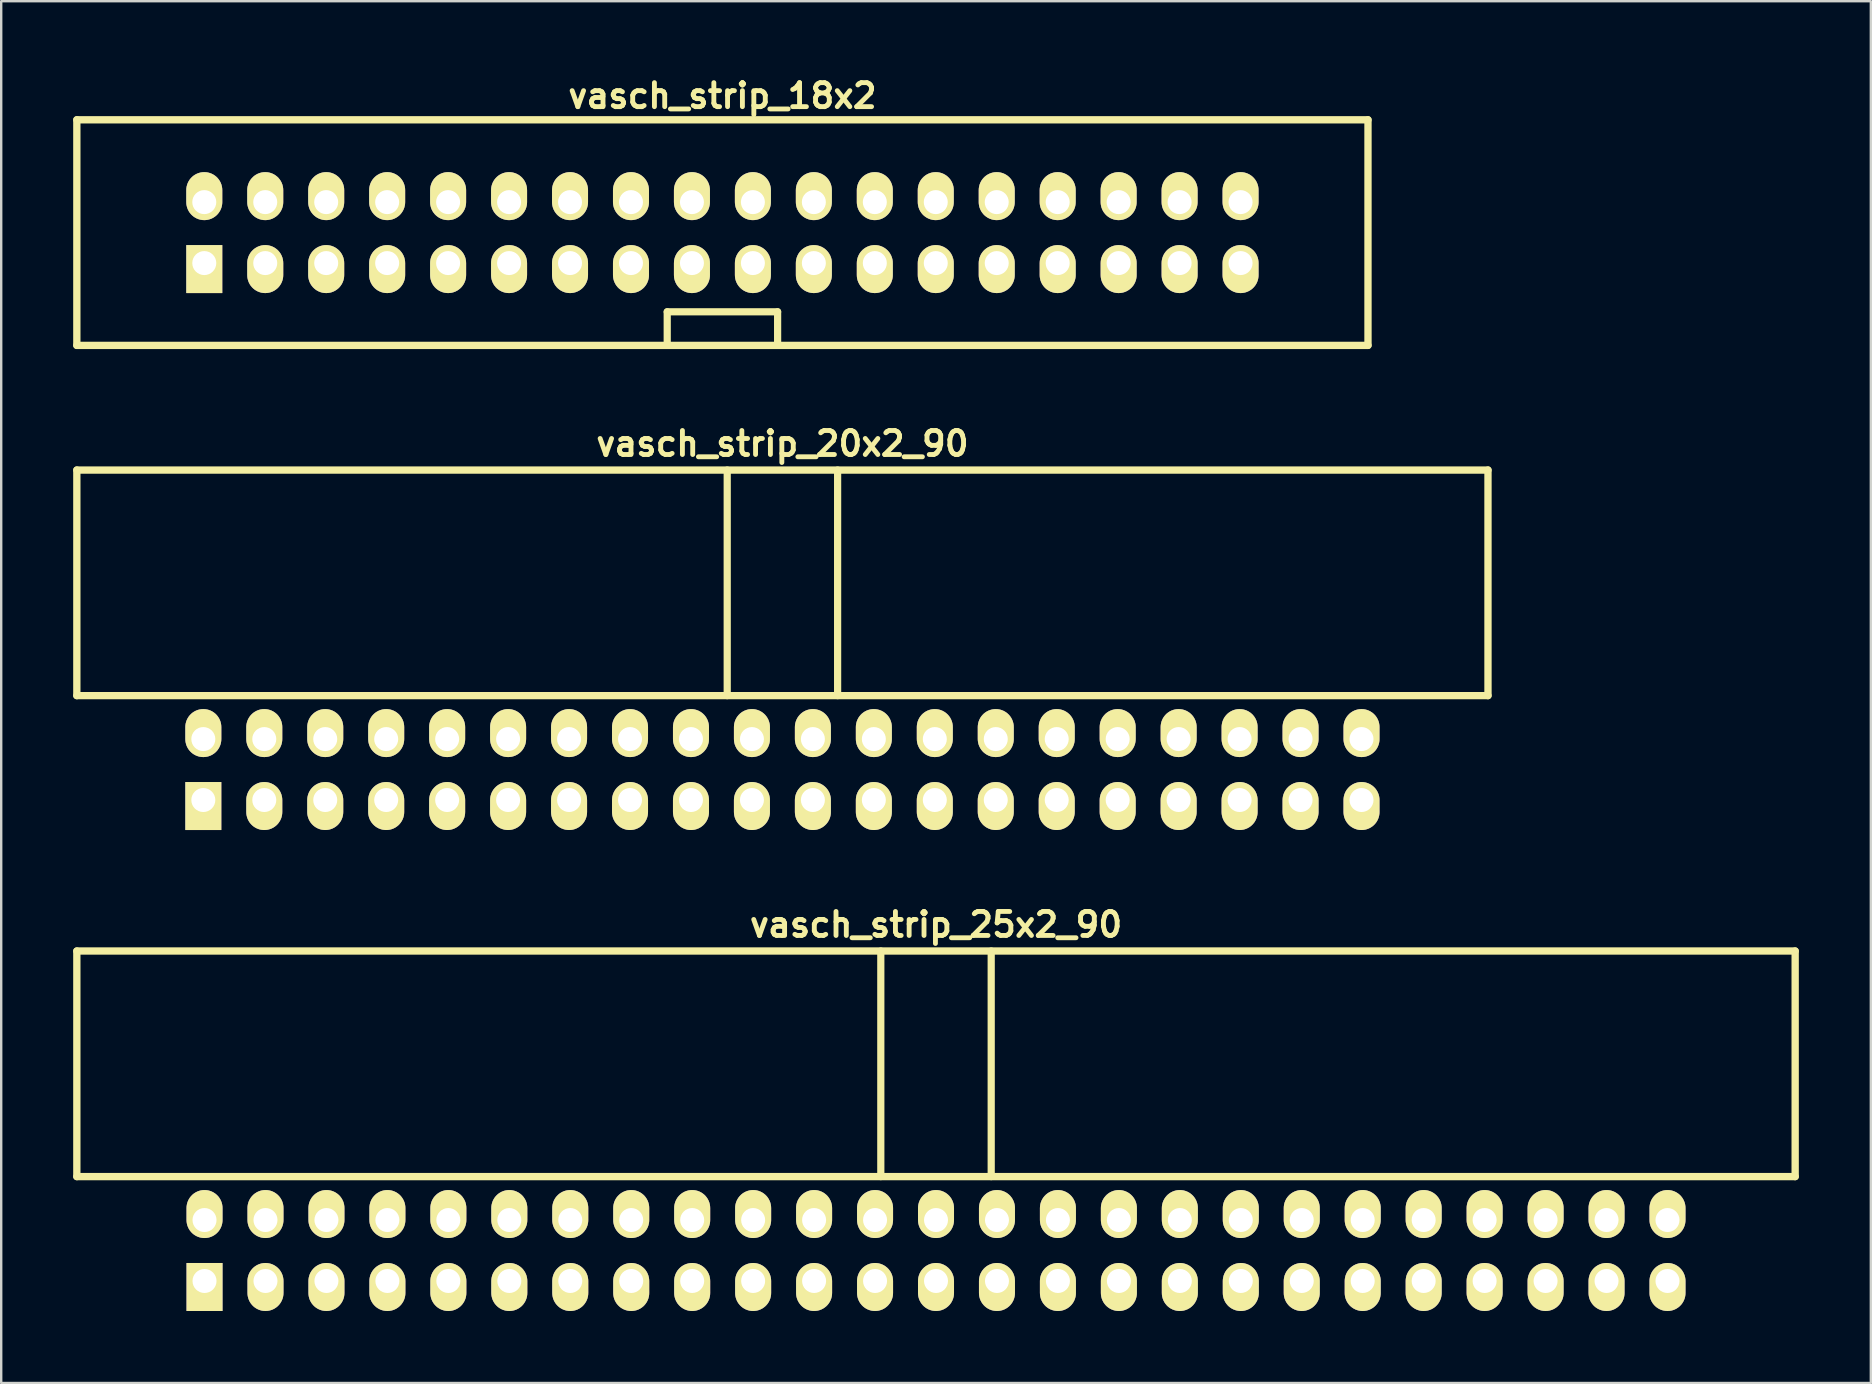
<source format=kicad_pcb>
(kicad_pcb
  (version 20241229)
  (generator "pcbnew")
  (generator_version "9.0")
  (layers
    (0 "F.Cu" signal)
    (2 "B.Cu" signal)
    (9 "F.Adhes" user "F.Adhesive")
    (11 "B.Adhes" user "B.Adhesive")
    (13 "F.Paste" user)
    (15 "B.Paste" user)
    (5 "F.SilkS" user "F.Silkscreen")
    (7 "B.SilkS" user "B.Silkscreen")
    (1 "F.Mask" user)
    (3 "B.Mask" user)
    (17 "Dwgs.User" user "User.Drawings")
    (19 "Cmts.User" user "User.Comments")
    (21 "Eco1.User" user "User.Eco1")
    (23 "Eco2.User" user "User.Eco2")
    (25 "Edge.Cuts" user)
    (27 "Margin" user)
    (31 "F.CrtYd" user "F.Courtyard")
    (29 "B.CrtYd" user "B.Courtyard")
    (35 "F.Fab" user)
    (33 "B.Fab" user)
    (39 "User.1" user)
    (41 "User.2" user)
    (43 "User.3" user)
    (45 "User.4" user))
  (footprint "vasch_strip_25x2_90"
    (layer "F.Cu")
    (at 35.952 43.977)
    (property "Reference" "vasch_strip_25x2_90" (at 0 -8.5 0) (layer "F.SilkS") (effects (font (size 1 1) (thickness 0.203))))
    (attr through_hole)
    (fp_line (start -35.8 -7.4) (end -35.8 2) (stroke (width 0.305) (type solid)) (layer "F.SilkS"))
    (fp_line (start -35.8 2) (end 35.8 2) (stroke (width 0.305) (type solid)) (layer "F.SilkS"))
    (fp_line (start -2.3 -7.4) (end -2.3 2) (stroke (width 0.3) (type solid)) (layer "F.SilkS"))
    (fp_line (start 2.3 -7.4) (end 2.3 2) (stroke (width 0.3) (type solid)) (layer "F.SilkS"))
    (fp_line (start 35.8 -7.4) (end -35.8 -7.4) (stroke (width 0.305) (type solid)) (layer "F.SilkS"))
    (fp_line (start 35.8 -7.4) (end 35.8 2) (stroke (width 0.305) (type solid)) (layer "F.SilkS"))
    (pad "1" thru_hole rect (at -30.48 6.35) (size 1.5 2) (drill 1 (offset 0 0.25)) (layers "*.Cu" "*.Mask" "F.SilkS"))
    (pad "2" thru_hole oval (at -30.48 3.81) (size 1.5 2) (drill 1 (offset 0 -0.25)) (layers "*.Cu" "*.Mask" "F.SilkS"))
    (pad "3" thru_hole oval (at -27.94 6.35) (size 1.5 2) (drill 1 (offset 0 0.25)) (layers "*.Cu" "*.Mask" "F.SilkS"))
    (pad "4" thru_hole oval (at -27.94 3.81) (size 1.5 2) (drill 1 (offset 0 -0.25)) (layers "*.Cu" "*.Mask" "F.SilkS"))
    (pad "5" thru_hole oval (at -25.4 6.35) (size 1.5 2) (drill 1 (offset 0 0.25)) (layers "*.Cu" "*.Mask" "F.SilkS"))
    (pad "6" thru_hole oval (at -25.4 3.81) (size 1.5 2) (drill 1 (offset 0 -0.25)) (layers "*.Cu" "*.Mask" "F.SilkS"))
    (pad "7" thru_hole oval (at -22.86 6.35) (size 1.5 2) (drill 1 (offset 0 0.25)) (layers "*.Cu" "*.Mask" "F.SilkS"))
    (pad "8" thru_hole oval (at -22.86 3.81) (size 1.5 2) (drill 1 (offset 0 -0.25)) (layers "*.Cu" "*.Mask" "F.SilkS"))
    (pad "9" thru_hole oval (at -20.32 6.35) (size 1.5 2) (drill 1 (offset 0 0.25)) (layers "*.Cu" "*.Mask" "F.SilkS"))
    (pad "10" thru_hole oval (at -20.32 3.81) (size 1.5 2) (drill 1 (offset 0 -0.25)) (layers "*.Cu" "*.Mask" "F.SilkS"))
    (pad "11" thru_hole oval (at -17.78 6.35) (size 1.5 2) (drill 1 (offset 0 0.25)) (layers "*.Cu" "*.Mask" "F.SilkS"))
    (pad "12" thru_hole oval (at -17.78 3.81) (size 1.5 2) (drill 1 (offset 0 -0.25)) (layers "*.Cu" "*.Mask" "F.SilkS"))
    (pad "13" thru_hole oval (at -15.24 6.35) (size 1.5 2) (drill 1 (offset 0 0.25)) (layers "*.Cu" "*.Mask" "F.SilkS"))
    (pad "14" thru_hole oval (at -15.24 3.81) (size 1.5 2) (drill 1 (offset 0 -0.25)) (layers "*.Cu" "*.Mask" "F.SilkS"))
    (pad "15" thru_hole oval (at -12.7 6.35) (size 1.5 2) (drill 1 (offset 0 0.25)) (layers "*.Cu" "*.Mask" "F.SilkS"))
    (pad "16" thru_hole oval (at -12.7 3.81) (size 1.5 2) (drill 1 (offset 0 -0.25)) (layers "*.Cu" "*.Mask" "F.SilkS"))
    (pad "17" thru_hole oval (at -10.16 6.35) (size 1.5 2) (drill 1 (offset 0 0.25)) (layers "*.Cu" "*.Mask" "F.SilkS"))
    (pad "18" thru_hole oval (at -10.16 3.81) (size 1.5 2) (drill 1 (offset 0 -0.25)) (layers "*.Cu" "*.Mask" "F.SilkS"))
    (pad "19" thru_hole oval (at -7.62 6.35) (size 1.5 2) (drill 1 (offset 0 0.25)) (layers "*.Cu" "*.Mask" "F.SilkS"))
    (pad "20" thru_hole oval (at -7.62 3.81) (size 1.5 2) (drill 1 (offset 0 -0.25)) (layers "*.Cu" "*.Mask" "F.SilkS"))
    (pad "21" thru_hole oval (at -5.08 6.35) (size 1.5 2) (drill 1 (offset 0 0.25)) (layers "*.Cu" "*.Mask" "F.SilkS"))
    (pad "22" thru_hole oval (at -5.08 3.81) (size 1.5 2) (drill 1 (offset 0 -0.25)) (layers "*.Cu" "*.Mask" "F.SilkS"))
    (pad "23" thru_hole oval (at -2.54 6.35) (size 1.5 2) (drill 1 (offset 0 0.25)) (layers "*.Cu" "*.Mask" "F.SilkS"))
    (pad "24" thru_hole oval (at -2.54 3.81) (size 1.5 2) (drill 1 (offset 0 -0.25)) (layers "*.Cu" "*.Mask" "F.SilkS"))
    (pad "25" thru_hole oval (at 0 6.35) (size 1.5 2) (drill 1 (offset 0 0.25)) (layers "*.Cu" "*.Mask" "F.SilkS"))
    (pad "26" thru_hole oval (at 0 3.81) (size 1.5 2) (drill 1 (offset 0 -0.25)) (layers "*.Cu" "*.Mask" "F.SilkS"))
    (pad "27" thru_hole oval (at 2.54 6.35) (size 1.5 2) (drill 1 (offset 0 0.25)) (layers "*.Cu" "*.Mask" "F.SilkS"))
    (pad "28" thru_hole oval (at 2.54 3.81) (size 1.5 2) (drill 1 (offset 0 -0.25)) (layers "*.Cu" "*.Mask" "F.SilkS"))
    (pad "29" thru_hole oval (at 5.08 6.35) (size 1.5 2) (drill 1 (offset 0 0.25)) (layers "*.Cu" "*.Mask" "F.SilkS"))
    (pad "30" thru_hole oval (at 5.08 3.81) (size 1.5 2) (drill 1 (offset 0 -0.25)) (layers "*.Cu" "*.Mask" "F.SilkS"))
    (pad "31" thru_hole oval (at 7.62 6.35) (size 1.5 2) (drill 1 (offset 0 0.25)) (layers "*.Cu" "*.Mask" "F.SilkS"))
    (pad "32" thru_hole oval (at 7.62 3.81) (size 1.5 2) (drill 1 (offset 0 -0.25)) (layers "*.Cu" "*.Mask" "F.SilkS"))
    (pad "33" thru_hole oval (at 10.16 6.35) (size 1.5 2) (drill 1 (offset 0 0.25)) (layers "*.Cu" "*.Mask" "F.SilkS"))
    (pad "34" thru_hole oval (at 10.16 3.81) (size 1.5 2) (drill 1 (offset 0 -0.25)) (layers "*.Cu" "*.Mask" "F.SilkS"))
    (pad "35" thru_hole oval (at 12.7 6.35) (size 1.5 2) (drill 1 (offset 0 0.25)) (layers "*.Cu" "*.Mask" "F.SilkS"))
    (pad "36" thru_hole oval (at 12.7 3.81) (size 1.5 2) (drill 1 (offset 0 -0.25)) (layers "*.Cu" "*.Mask" "F.SilkS"))
    (pad "37" thru_hole oval (at 15.24 6.35) (size 1.5 2) (drill 1 (offset 0 0.25)) (layers "*.Cu" "*.Mask" "F.SilkS"))
    (pad "38" thru_hole oval (at 15.24 3.81) (size 1.5 2) (drill 1 (offset 0 -0.25)) (layers "*.Cu" "*.Mask" "F.SilkS"))
    (pad "39" thru_hole oval (at 17.78 6.35) (size 1.5 2) (drill 1 (offset 0 0.25)) (layers "*.Cu" "*.Mask" "F.SilkS"))
    (pad "40" thru_hole oval (at 17.78 3.81) (size 1.5 2) (drill 1 (offset 0 -0.25)) (layers "*.Cu" "*.Mask" "F.SilkS"))
    (pad "41" thru_hole oval (at 20.32 6.35) (size 1.5 2) (drill 1 (offset 0 0.25)) (layers "*.Cu" "*.Mask" "F.SilkS"))
    (pad "42" thru_hole oval (at 20.32 3.81) (size 1.5 2) (drill 1 (offset 0 -0.25)) (layers "*.Cu" "*.Mask" "F.SilkS"))
    (pad "43" thru_hole oval (at 22.86 6.35) (size 1.5 2) (drill 1 (offset 0 0.25)) (layers "*.Cu" "*.Mask" "F.SilkS"))
    (pad "44" thru_hole oval (at 22.86 3.81) (size 1.5 2) (drill 1 (offset 0 -0.25)) (layers "*.Cu" "*.Mask" "F.SilkS"))
    (pad "45" thru_hole oval (at 25.4 6.35) (size 1.5 2) (drill 1 (offset 0 0.25)) (layers "*.Cu" "*.Mask" "F.SilkS"))
    (pad "46" thru_hole oval (at 25.4 3.81) (size 1.5 2) (drill 1 (offset 0 -0.25)) (layers "*.Cu" "*.Mask" "F.SilkS"))
    (pad "47" thru_hole oval (at 27.94 6.35) (size 1.5 2) (drill 1 (offset 0 0.25)) (layers "*.Cu" "*.Mask" "F.SilkS"))
    (pad "48" thru_hole oval (at 27.94 3.81) (size 1.5 2) (drill 1 (offset 0 -0.25)) (layers "*.Cu" "*.Mask" "F.SilkS"))
    (pad "49" thru_hole oval (at 30.48 6.35) (size 1.5 2) (drill 1 (offset 0 0.25)) (layers "*.Cu" "*.Mask" "F.SilkS"))
    (pad "50" thru_hole oval (at 30.48 3.81) (size 1.5 2) (drill 1 (offset 0 -0.25)) (layers "*.Cu" "*.Mask" "F.SilkS")))
  (footprint "vasch_strip_18x2"
    (layer "F.Cu")
    (at 27.052 6.642)
    (property "Reference" "vasch_strip_18x2" (at 0 -5.7 0) (layer "F.SilkS") (effects (font (size 1 1) (thickness 0.203))))
    (attr through_hole)
    (fp_line (start -26.9 -4.7) (end -26.9 4.7) (stroke (width 0.305) (type solid)) (layer "F.SilkS"))
    (fp_line (start -26.9 4.7) (end 26.9 4.7) (stroke (width 0.305) (type solid)) (layer "F.SilkS"))
    (fp_line (start -2.3 3.3) (end -2.3 4.7) (stroke (width 0.3) (type solid)) (layer "F.SilkS"))
    (fp_line (start 2.3 3.3) (end -2.3 3.3) (stroke (width 0.3) (type solid)) (layer "F.SilkS"))
    (fp_line (start 2.3 4.7) (end 2.3 3.3) (stroke (width 0.3) (type solid)) (layer "F.SilkS"))
    (fp_line (start 26.9 -4.7) (end -26.9 -4.7) (stroke (width 0.305) (type solid)) (layer "F.SilkS"))
    (fp_line (start 26.9 -4.7) (end 26.9 4.7) (stroke (width 0.305) (type solid)) (layer "F.SilkS"))
    (pad "1" thru_hole rect (at -21.59 1.27) (size 1.5 2) (drill 1 (offset 0 0.25)) (layers "*.Cu" "*.Mask" "F.SilkS"))
    (pad "2" thru_hole oval (at -21.59 -1.27) (size 1.5 2) (drill 1 (offset 0 -0.25)) (layers "*.Cu" "*.Mask" "F.SilkS"))
    (pad "3" thru_hole oval (at -19.05 1.27) (size 1.5 2) (drill 1 (offset 0 0.25)) (layers "*.Cu" "*.Mask" "F.SilkS"))
    (pad "4" thru_hole oval (at -19.05 -1.27) (size 1.5 2) (drill 1 (offset 0 -0.25)) (layers "*.Cu" "*.Mask" "F.SilkS"))
    (pad "5" thru_hole oval (at -16.51 1.27) (size 1.5 2) (drill 1 (offset 0 0.25)) (layers "*.Cu" "*.Mask" "F.SilkS"))
    (pad "6" thru_hole oval (at -16.51 -1.27) (size 1.5 2) (drill 1 (offset 0 -0.25)) (layers "*.Cu" "*.Mask" "F.SilkS"))
    (pad "7" thru_hole oval (at -13.97 1.27) (size 1.5 2) (drill 1 (offset 0 0.25)) (layers "*.Cu" "*.Mask" "F.SilkS"))
    (pad "8" thru_hole oval (at -13.97 -1.27) (size 1.5 2) (drill 1 (offset 0 -0.25)) (layers "*.Cu" "*.Mask" "F.SilkS"))
    (pad "9" thru_hole oval (at -11.43 1.27) (size 1.5 2) (drill 1 (offset 0 0.25)) (layers "*.Cu" "*.Mask" "F.SilkS"))
    (pad "10" thru_hole oval (at -11.43 -1.27) (size 1.5 2) (drill 1 (offset 0 -0.25)) (layers "*.Cu" "*.Mask" "F.SilkS"))
    (pad "11" thru_hole oval (at -8.89 1.27) (size 1.5 2) (drill 1 (offset 0 0.25)) (layers "*.Cu" "*.Mask" "F.SilkS"))
    (pad "12" thru_hole oval (at -8.89 -1.27) (size 1.5 2) (drill 1 (offset 0 -0.25)) (layers "*.Cu" "*.Mask" "F.SilkS"))
    (pad "13" thru_hole oval (at -6.35 1.27) (size 1.5 2) (drill 1 (offset 0 0.25)) (layers "*.Cu" "*.Mask" "F.SilkS"))
    (pad "14" thru_hole oval (at -6.35 -1.27) (size 1.5 2) (drill 1 (offset 0 -0.25)) (layers "*.Cu" "*.Mask" "F.SilkS"))
    (pad "15" thru_hole oval (at -3.81 1.27) (size 1.5 2) (drill 1 (offset 0 0.25)) (layers "*.Cu" "*.Mask" "F.SilkS"))
    (pad "16" thru_hole oval (at -3.81 -1.27) (size 1.5 2) (drill 1 (offset 0 -0.25)) (layers "*.Cu" "*.Mask" "F.SilkS"))
    (pad "17" thru_hole oval (at -1.27 1.27) (size 1.5 2) (drill 1 (offset 0 0.25)) (layers "*.Cu" "*.Mask" "F.SilkS"))
    (pad "18" thru_hole oval (at -1.27 -1.27) (size 1.5 2) (drill 1 (offset 0 -0.25)) (layers "*.Cu" "*.Mask" "F.SilkS"))
    (pad "19" thru_hole oval (at 1.27 1.27) (size 1.5 2) (drill 1 (offset 0 0.25)) (layers "*.Cu" "*.Mask" "F.SilkS"))
    (pad "20" thru_hole oval (at 1.27 -1.27) (size 1.5 2) (drill 1 (offset 0 -0.25)) (layers "*.Cu" "*.Mask" "F.SilkS"))
    (pad "21" thru_hole oval (at 3.81 1.27) (size 1.5 2) (drill 1 (offset 0 0.25)) (layers "*.Cu" "*.Mask" "F.SilkS"))
    (pad "22" thru_hole oval (at 3.81 -1.27) (size 1.5 2) (drill 1 (offset 0 -0.25)) (layers "*.Cu" "*.Mask" "F.SilkS"))
    (pad "23" thru_hole oval (at 6.35 1.27) (size 1.5 2) (drill 1 (offset 0 0.25)) (layers "*.Cu" "*.Mask" "F.SilkS"))
    (pad "24" thru_hole oval (at 6.35 -1.27) (size 1.5 2) (drill 1 (offset 0 -0.25)) (layers "*.Cu" "*.Mask" "F.SilkS"))
    (pad "25" thru_hole oval (at 8.89 1.27) (size 1.5 2) (drill 1 (offset 0 0.25)) (layers "*.Cu" "*.Mask" "F.SilkS"))
    (pad "26" thru_hole oval (at 8.89 -1.27) (size 1.5 2) (drill 1 (offset 0 -0.25)) (layers "*.Cu" "*.Mask" "F.SilkS"))
    (pad "27" thru_hole oval (at 11.43 1.27) (size 1.5 2) (drill 1 (offset 0 0.25)) (layers "*.Cu" "*.Mask" "F.SilkS"))
    (pad "28" thru_hole oval (at 11.43 -1.27) (size 1.5 2) (drill 1 (offset 0 -0.25)) (layers "*.Cu" "*.Mask" "F.SilkS"))
    (pad "29" thru_hole oval (at 13.97 1.27) (size 1.5 2) (drill 1 (offset 0 0.25)) (layers "*.Cu" "*.Mask" "F.SilkS"))
    (pad "30" thru_hole oval (at 13.97 -1.27) (size 1.5 2) (drill 1 (offset 0 -0.25)) (layers "*.Cu" "*.Mask" "F.SilkS"))
    (pad "31" thru_hole oval (at 16.51 1.27) (size 1.5 2) (drill 1 (offset 0 0.25)) (layers "*.Cu" "*.Mask" "F.SilkS"))
    (pad "32" thru_hole oval (at 16.51 -1.27) (size 1.5 2) (drill 1 (offset 0 -0.25)) (layers "*.Cu" "*.Mask" "F.SilkS"))
    (pad "33" thru_hole oval (at 19.05 1.27) (size 1.5 2) (drill 1 (offset 0 0.25)) (layers "*.Cu" "*.Mask" "F.SilkS"))
    (pad "34" thru_hole oval (at 19.05 -1.27) (size 1.5 2) (drill 1 (offset 0 -0.25)) (layers "*.Cu" "*.Mask" "F.SilkS"))
    (pad "35" thru_hole oval (at 21.59 1.27) (size 1.5 2) (drill 1 (offset 0 0.25)) (layers "*.Cu" "*.Mask" "F.SilkS"))
    (pad "36" thru_hole oval (at 21.59 -1.27) (size 1.5 2) (drill 1 (offset 0 -0.25)) (layers "*.Cu" "*.Mask" "F.SilkS")))
  (footprint "vasch_strip_20x2_90"
    (layer "F.Cu")
    (at 29.552 23.936)
    (property "Reference" "vasch_strip_20x2_90" (at 0 -8.5 0) (layer "F.SilkS") (effects (font (size 1 1) (thickness 0.203))))
    (attr through_hole)
    (fp_line (start -29.4 -7.4) (end -29.4 2) (stroke (width 0.305) (type solid)) (layer "F.SilkS"))
    (fp_line (start -29.4 2) (end 29.4 2) (stroke (width 0.305) (type solid)) (layer "F.SilkS"))
    (fp_line (start -2.3 -7.4) (end -2.3 2) (stroke (width 0.3) (type solid)) (layer "F.SilkS"))
    (fp_line (start 2.3 -7.4) (end 2.3 2) (stroke (width 0.3) (type solid)) (layer "F.SilkS"))
    (fp_line (start 29.4 -7.4) (end -29.4 -7.4) (stroke (width 0.305) (type solid)) (layer "F.SilkS"))
    (fp_line (start 29.4 -7.4) (end 29.4 2) (stroke (width 0.305) (type solid)) (layer "F.SilkS"))
    (pad "1" thru_hole rect (at -24.13 6.35) (size 1.5 2) (drill 1 (offset 0 0.25)) (layers "*.Cu" "*.Mask" "F.SilkS"))
    (pad "2" thru_hole oval (at -24.13 3.81) (size 1.5 2) (drill 1 (offset 0 -0.25)) (layers "*.Cu" "*.Mask" "F.SilkS"))
    (pad "3" thru_hole oval (at -21.59 6.35) (size 1.5 2) (drill 1 (offset 0 0.25)) (layers "*.Cu" "*.Mask" "F.SilkS"))
    (pad "4" thru_hole oval (at -21.59 3.81) (size 1.5 2) (drill 1 (offset 0 -0.25)) (layers "*.Cu" "*.Mask" "F.SilkS"))
    (pad "5" thru_hole oval (at -19.05 6.35) (size 1.5 2) (drill 1 (offset 0 0.25)) (layers "*.Cu" "*.Mask" "F.SilkS"))
    (pad "6" thru_hole oval (at -19.05 3.81) (size 1.5 2) (drill 1 (offset 0 -0.25)) (layers "*.Cu" "*.Mask" "F.SilkS"))
    (pad "7" thru_hole oval (at -16.51 6.35) (size 1.5 2) (drill 1 (offset 0 0.25)) (layers "*.Cu" "*.Mask" "F.SilkS"))
    (pad "8" thru_hole oval (at -16.51 3.81) (size 1.5 2) (drill 1 (offset 0 -0.25)) (layers "*.Cu" "*.Mask" "F.SilkS"))
    (pad "9" thru_hole oval (at -13.97 6.35) (size 1.5 2) (drill 1 (offset 0 0.25)) (layers "*.Cu" "*.Mask" "F.SilkS"))
    (pad "10" thru_hole oval (at -13.97 3.81) (size 1.5 2) (drill 1 (offset 0 -0.25)) (layers "*.Cu" "*.Mask" "F.SilkS"))
    (pad "11" thru_hole oval (at -11.43 6.35) (size 1.5 2) (drill 1 (offset 0 0.25)) (layers "*.Cu" "*.Mask" "F.SilkS"))
    (pad "12" thru_hole oval (at -11.43 3.81) (size 1.5 2) (drill 1 (offset 0 -0.25)) (layers "*.Cu" "*.Mask" "F.SilkS"))
    (pad "13" thru_hole oval (at -8.89 6.35) (size 1.5 2) (drill 1 (offset 0 0.25)) (layers "*.Cu" "*.Mask" "F.SilkS"))
    (pad "14" thru_hole oval (at -8.89 3.81) (size 1.5 2) (drill 1 (offset 0 -0.25)) (layers "*.Cu" "*.Mask" "F.SilkS"))
    (pad "15" thru_hole oval (at -6.35 6.35) (size 1.5 2) (drill 1 (offset 0 0.25)) (layers "*.Cu" "*.Mask" "F.SilkS"))
    (pad "16" thru_hole oval (at -6.35 3.81) (size 1.5 2) (drill 1 (offset 0 -0.25)) (layers "*.Cu" "*.Mask" "F.SilkS"))
    (pad "17" thru_hole oval (at -3.81 6.35) (size 1.5 2) (drill 1 (offset 0 0.25)) (layers "*.Cu" "*.Mask" "F.SilkS"))
    (pad "18" thru_hole oval (at -3.81 3.81) (size 1.5 2) (drill 1 (offset 0 -0.25)) (layers "*.Cu" "*.Mask" "F.SilkS"))
    (pad "19" thru_hole oval (at -1.27 6.35) (size 1.5 2) (drill 1 (offset 0 0.25)) (layers "*.Cu" "*.Mask" "F.SilkS"))
    (pad "20" thru_hole oval (at -1.27 3.81) (size 1.5 2) (drill 1 (offset 0 -0.25)) (layers "*.Cu" "*.Mask" "F.SilkS"))
    (pad "21" thru_hole oval (at 1.27 6.35) (size 1.5 2) (drill 1 (offset 0 0.25)) (layers "*.Cu" "*.Mask" "F.SilkS"))
    (pad "22" thru_hole oval (at 1.27 3.81) (size 1.5 2) (drill 1 (offset 0 -0.25)) (layers "*.Cu" "*.Mask" "F.SilkS"))
    (pad "23" thru_hole oval (at 3.81 6.35) (size 1.5 2) (drill 1 (offset 0 0.25)) (layers "*.Cu" "*.Mask" "F.SilkS"))
    (pad "24" thru_hole oval (at 3.81 3.81) (size 1.5 2) (drill 1 (offset 0 -0.25)) (layers "*.Cu" "*.Mask" "F.SilkS"))
    (pad "25" thru_hole oval (at 6.35 6.35) (size 1.5 2) (drill 1 (offset 0 0.25)) (layers "*.Cu" "*.Mask" "F.SilkS"))
    (pad "26" thru_hole oval (at 6.35 3.81) (size 1.5 2) (drill 1 (offset 0 -0.25)) (layers "*.Cu" "*.Mask" "F.SilkS"))
    (pad "27" thru_hole oval (at 8.89 6.35) (size 1.5 2) (drill 1 (offset 0 0.25)) (layers "*.Cu" "*.Mask" "F.SilkS"))
    (pad "28" thru_hole oval (at 8.89 3.81) (size 1.5 2) (drill 1 (offset 0 -0.25)) (layers "*.Cu" "*.Mask" "F.SilkS"))
    (pad "29" thru_hole oval (at 11.43 6.35) (size 1.5 2) (drill 1 (offset 0 0.25)) (layers "*.Cu" "*.Mask" "F.SilkS"))
    (pad "30" thru_hole oval (at 11.43 3.81) (size 1.5 2) (drill 1 (offset 0 -0.25)) (layers "*.Cu" "*.Mask" "F.SilkS"))
    (pad "31" thru_hole oval (at 13.97 6.35) (size 1.5 2) (drill 1 (offset 0 0.25)) (layers "*.Cu" "*.Mask" "F.SilkS"))
    (pad "32" thru_hole oval (at 13.97 3.81) (size 1.5 2) (drill 1 (offset 0 -0.25)) (layers "*.Cu" "*.Mask" "F.SilkS"))
    (pad "33" thru_hole oval (at 16.51 6.35) (size 1.5 2) (drill 1 (offset 0 0.25)) (layers "*.Cu" "*.Mask" "F.SilkS"))
    (pad "34" thru_hole oval (at 16.51 3.81) (size 1.5 2) (drill 1 (offset 0 -0.25)) (layers "*.Cu" "*.Mask" "F.SilkS"))
    (pad "35" thru_hole oval (at 19.05 6.35) (size 1.5 2) (drill 1 (offset 0 0.25)) (layers "*.Cu" "*.Mask" "F.SilkS"))
    (pad "36" thru_hole oval (at 19.05 3.81) (size 1.5 2) (drill 1 (offset 0 -0.25)) (layers "*.Cu" "*.Mask" "F.SilkS"))
    (pad "37" thru_hole oval (at 21.59 6.35) (size 1.5 2) (drill 1 (offset 0 0.25)) (layers "*.Cu" "*.Mask" "F.SilkS"))
    (pad "38" thru_hole oval (at 21.59 3.81) (size 1.5 2) (drill 1 (offset 0 -0.25)) (layers "*.Cu" "*.Mask" "F.SilkS"))
    (pad "39" thru_hole oval (at 24.13 6.35) (size 1.5 2) (drill 1 (offset 0 0.25)) (layers "*.Cu" "*.Mask" "F.SilkS"))
    (pad "40" thru_hole oval (at 24.13 3.81) (size 1.5 2) (drill 1 (offset 0 -0.25)) (layers "*.Cu" "*.Mask" "F.SilkS")))
  (gr_rect
    (start -3 -3)
    (end 74.905 54.577)
    (stroke (width 0.1) (type default))
    (fill no)
    (layer "Edge.Cuts")))
</source>
